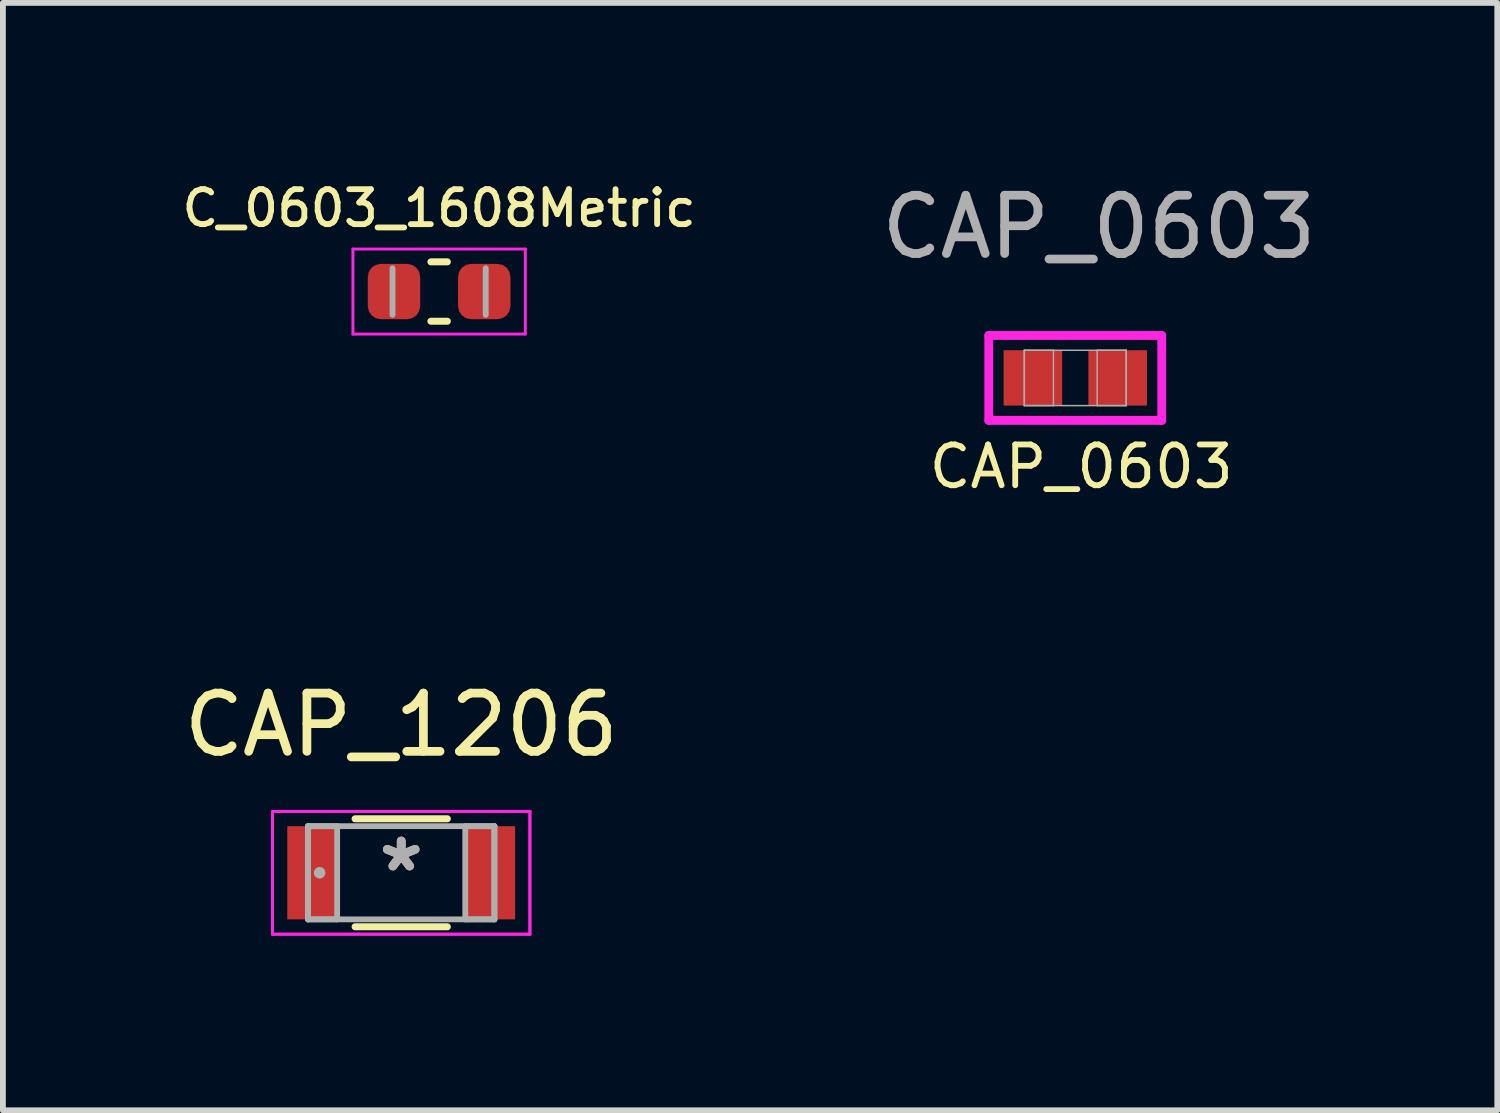
<source format=kicad_pcb>
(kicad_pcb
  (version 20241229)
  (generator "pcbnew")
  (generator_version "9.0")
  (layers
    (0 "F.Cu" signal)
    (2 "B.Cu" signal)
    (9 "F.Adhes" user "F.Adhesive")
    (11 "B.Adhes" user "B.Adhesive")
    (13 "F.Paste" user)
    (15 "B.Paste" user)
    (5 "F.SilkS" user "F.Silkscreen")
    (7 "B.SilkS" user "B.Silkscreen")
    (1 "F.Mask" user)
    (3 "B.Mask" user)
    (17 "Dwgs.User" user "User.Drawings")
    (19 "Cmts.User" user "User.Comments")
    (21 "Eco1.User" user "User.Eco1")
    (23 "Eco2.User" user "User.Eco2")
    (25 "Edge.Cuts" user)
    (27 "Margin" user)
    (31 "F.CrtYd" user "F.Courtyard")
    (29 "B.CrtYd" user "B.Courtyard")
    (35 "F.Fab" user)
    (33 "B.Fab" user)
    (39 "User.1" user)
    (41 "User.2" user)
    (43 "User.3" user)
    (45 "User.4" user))
  (footprint "CAP_1206"
    (layer "F.Cu")
    (at 3.839 11.936)
    (property "Reference" "CAP_1206" (at 0 -2.54 0) (layer "F.SilkS") (effects (font (size 1 1) (thickness 0.15))))
    (attr through_hole)
    (fp_line (start -0.792 0.927) (end 0.792 0.927) (stroke (width 0.12) (type solid)) (layer "F.SilkS"))
    (fp_line (start 0.792 -0.927) (end -0.792 -0.927) (stroke (width 0.12) (type solid)) (layer "F.SilkS"))
    (fp_line (start -2.21 -1.054) (end 2.21 -1.054) (stroke (width 0.05) (type solid)) (layer "F.CrtYd"))
    (fp_line (start -2.21 -1.054) (end 2.21 -1.054) (stroke (width 0.05) (type solid)) (layer "F.CrtYd"))
    (fp_line (start -2.21 1.054) (end -2.21 -1.054) (stroke (width 0.05) (type solid)) (layer "F.CrtYd"))
    (fp_line (start -2.21 1.054) (end -2.21 -1.054) (stroke (width 0.05) (type solid)) (layer "F.CrtYd"))
    (fp_line (start 2.21 -1.054) (end 2.21 1.054) (stroke (width 0.05) (type solid)) (layer "F.CrtYd"))
    (fp_line (start 2.21 -1.054) (end 2.21 1.054) (stroke (width 0.05) (type solid)) (layer "F.CrtYd"))
    (fp_line (start 2.21 1.054) (end -2.21 1.054) (stroke (width 0.05) (type solid)) (layer "F.CrtYd"))
    (fp_line (start 2.21 1.054) (end -2.21 1.054) (stroke (width 0.05) (type solid)) (layer "F.CrtYd"))
    (fp_line (start -1.6 -0.8) (end -1.6 0.8) (stroke (width 0.1) (type solid)) (layer "F.Fab"))
    (fp_line (start -1.6 -0.8) (end -1.6 0.8) (stroke (width 0.1) (type solid)) (layer "F.Fab"))
    (fp_line (start -1.6 0.8) (end -1.1 0.8) (stroke (width 0.1) (type solid)) (layer "F.Fab"))
    (fp_line (start -1.6 0.8) (end 1.6 0.8) (stroke (width 0.1) (type solid)) (layer "F.Fab"))
    (fp_line (start -1.1 -0.8) (end -1.6 -0.8) (stroke (width 0.1) (type solid)) (layer "F.Fab"))
    (fp_line (start -1.1 0.8) (end -1.1 -0.8) (stroke (width 0.1) (type solid)) (layer "F.Fab"))
    (fp_line (start 1.1 -0.8) (end 1.1 0.8) (stroke (width 0.1) (type solid)) (layer "F.Fab"))
    (fp_line (start 1.1 0.8) (end 1.6 0.8) (stroke (width 0.1) (type solid)) (layer "F.Fab"))
    (fp_line (start 1.6 -0.8) (end -1.6 -0.8) (stroke (width 0.1) (type solid)) (layer "F.Fab"))
    (fp_line (start 1.6 -0.8) (end 1.1 -0.8) (stroke (width 0.1) (type solid)) (layer "F.Fab"))
    (fp_line (start 1.6 0.8) (end 1.6 -0.8) (stroke (width 0.1) (type solid)) (layer "F.Fab"))
    (fp_line (start 1.6 0.8) (end 1.6 -0.8) (stroke (width 0.1) (type solid)) (layer "F.Fab"))
    (fp_circle (center -1.401 0) (end -1.401 0) (stroke (width 0.1) (type solid)) (fill no) (layer "F.Fab"))
    (fp_text user "*" (at 0 0 0) (layer "F.SilkS") (effects (font (size 1 1) (thickness 0.15))))
    (fp_text user "*" (at 0 0 0) (layer "F.Fab") (effects (font (size 1 1) (thickness 0.15))))
    (pad "1" smd rect (at -1.528 0) (size 0.856 1.6) (layers "F.Cu" "F.Mask" "F.Paste"))
    (pad "2" smd rect (at 1.528 0) (size 0.856 1.6) (layers "F.Cu" "F.Mask" "F.Paste")))
  (footprint "CAP_0603"
    (layer "F.Cu")
    (at 15.413 3.439)
    (property "Reference" "CAP_0603" (at 0.102 1.524 0) (unlocked yes) (layer "F.SilkS") (effects (font (size 0.7 0.7) (thickness 0.1))))
    (attr smd)
    (fp_line (start -1.485 -0.729) (end 1.485 -0.729) (stroke (width 0.152) (type solid)) (layer "F.CrtYd"))
    (fp_line (start -1.485 0.729) (end -1.485 -0.729) (stroke (width 0.152) (type solid)) (layer "F.CrtYd"))
    (fp_line (start 1.485 -0.729) (end 1.485 0.729) (stroke (width 0.152) (type solid)) (layer "F.CrtYd"))
    (fp_line (start 1.485 0.729) (end -1.485 0.729) (stroke (width 0.152) (type solid)) (layer "F.CrtYd"))
    (fp_line (start -0.875 -0.475) (end -0.875 0.475) (stroke (width 0.025) (type solid)) (layer "F.Fab"))
    (fp_line (start -0.875 -0.475) (end -0.875 0.475) (stroke (width 0.025) (type solid)) (layer "F.Fab"))
    (fp_line (start -0.875 0.475) (end -0.375 0.475) (stroke (width 0.025) (type solid)) (layer "F.Fab"))
    (fp_line (start -0.875 0.475) (end 0.875 0.475) (stroke (width 0.025) (type solid)) (layer "F.Fab"))
    (fp_line (start -0.375 -0.475) (end -0.875 -0.475) (stroke (width 0.025) (type solid)) (layer "F.Fab"))
    (fp_line (start -0.375 0.475) (end -0.375 -0.475) (stroke (width 0.025) (type solid)) (layer "F.Fab"))
    (fp_line (start 0.375 -0.475) (end 0.375 0.475) (stroke (width 0.025) (type solid)) (layer "F.Fab"))
    (fp_line (start 0.375 0.475) (end 0.875 0.475) (stroke (width 0.025) (type solid)) (layer "F.Fab"))
    (fp_line (start 0.875 -0.475) (end -0.875 -0.475) (stroke (width 0.025) (type solid)) (layer "F.Fab"))
    (fp_line (start 0.875 -0.475) (end 0.375 -0.475) (stroke (width 0.025) (type solid)) (layer "F.Fab"))
    (fp_line (start 0.875 0.475) (end 0.875 -0.475) (stroke (width 0.025) (type solid)) (layer "F.Fab"))
    (fp_line (start 0.875 0.475) (end 0.875 -0.475) (stroke (width 0.025) (type solid)) (layer "F.Fab"))
    (fp_text user "${REFERENCE}" (at 0.406 -2.591 0) (unlocked yes) (layer "F.Fab") (effects (font (size 1 1) (thickness 0.15))))
    (pad "1" smd rect (at -0.728 0) (size 1.006 0.95) (layers "F.Cu" "F.Mask" "F.Paste"))
    (pad "2" smd rect (at 0.728 0) (size 1.006 0.95) (layers "F.Cu" "F.Mask" "F.Paste"))
    (zone (net_name "") (layer "F.Cu") (hatch full 0.508) (connect_pads) (min_thickness 0.254) (filled_areas_thickness no) (keepout (tracks not_allowed) (vias not_allowed) (pads allowed) (copperpour not_allowed) (footprints allowed)) (placement (enabled no)) (fill) (polygon (pts (xy 15.239 3.015) (xy 15.587 3.015) (xy 15.587 3.863) (xy 15.239 3.863)))))
  (footprint "C_0603_1608Metric"
    (layer "F.Cu")
    (at 4.49 1.956)
    (property "Reference" "C_0603_1608Metric" (at 0 -1.43 0) (layer "F.SilkS") (effects (font (size 0.6 0.6) (thickness 0.1) (bold yes))))
    (attr smd)
    (fp_line (start -0.141 -0.51) (end 0.141 -0.51) (stroke (width 0.12) (type solid)) (layer "F.SilkS"))
    (fp_line (start -0.141 0.51) (end 0.141 0.51) (stroke (width 0.12) (type solid)) (layer "F.SilkS"))
    (fp_line (start -1.48 -0.73) (end 1.48 -0.73) (stroke (width 0.05) (type solid)) (layer "F.CrtYd"))
    (fp_line (start -1.48 0.73) (end -1.48 -0.73) (stroke (width 0.05) (type solid)) (layer "F.CrtYd"))
    (fp_line (start 1.48 -0.73) (end 1.48 0.73) (stroke (width 0.05) (type solid)) (layer "F.CrtYd"))
    (fp_line (start 1.48 0.73) (end -1.48 0.73) (stroke (width 0.05) (type solid)) (layer "F.CrtYd"))
    (fp_line (start -0.8 0.4) (end -0.8 -0.4) (stroke (width 0.1) (type solid)) (layer "F.Fab"))
    (fp_line (start 0.8 -0.4) (end 0.8 0.4) (stroke (width 0.1) (type solid)) (layer "F.Fab"))
    (pad "1" smd roundrect (at -0.775 0) (size 0.9 0.95) (layers "F.Cu" "F.Mask" "F.Paste") (roundrect_rratio 0.25))
    (pad "2" smd roundrect (at 0.775 0) (size 0.9 0.95) (layers "F.Cu" "F.Mask" "F.Paste") (roundrect_rratio 0.25)))
  (gr_rect
    (start -3 -3)
    (end 22.659 16.015)
    (stroke (width 0.1) (type default))
    (fill no)
    (layer "Edge.Cuts")))
</source>
